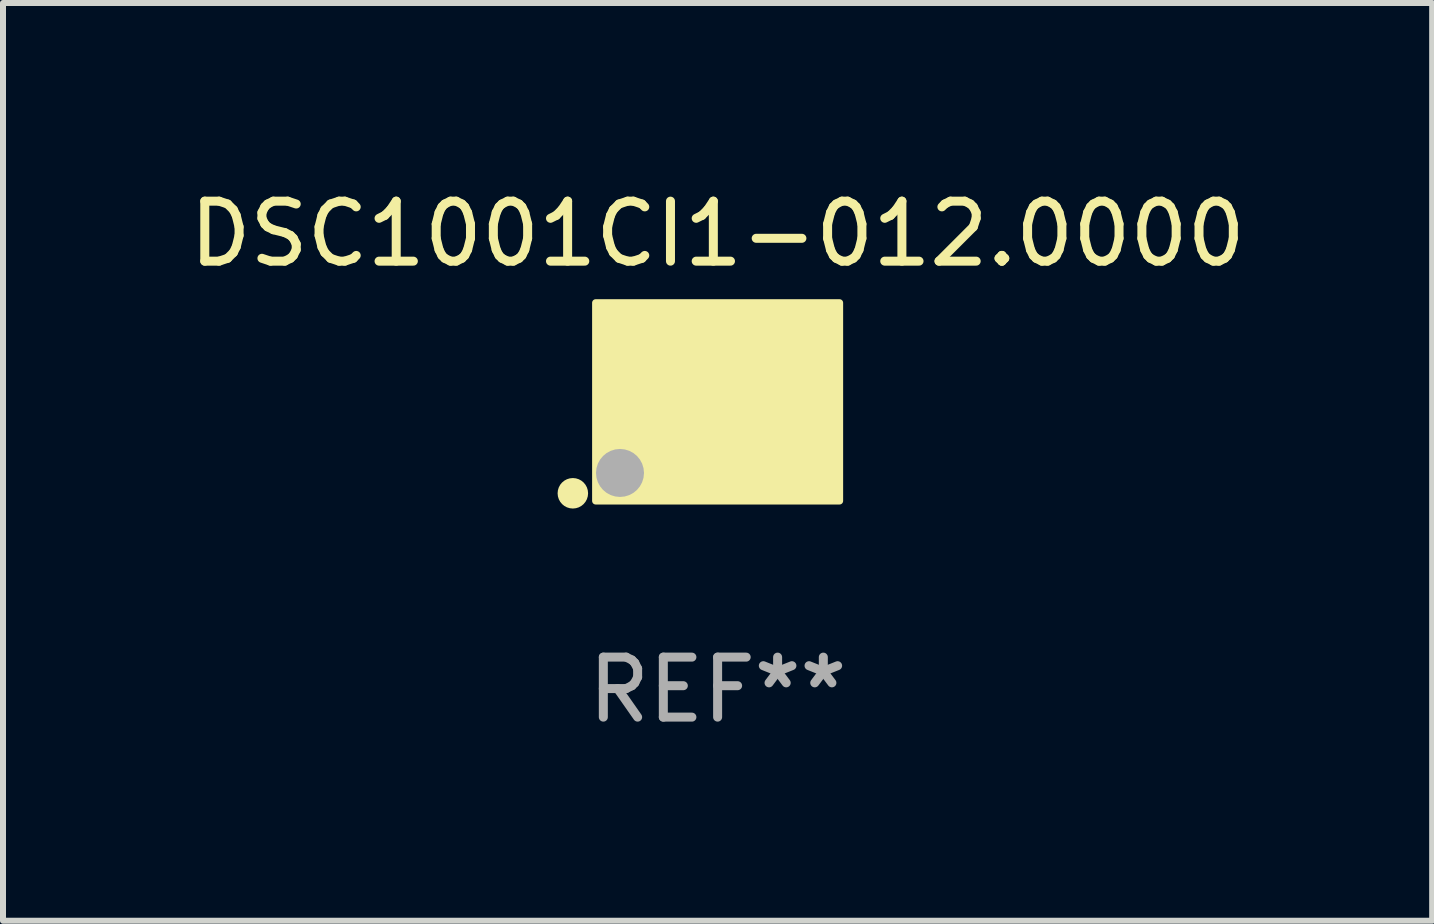
<source format=kicad_pcb>
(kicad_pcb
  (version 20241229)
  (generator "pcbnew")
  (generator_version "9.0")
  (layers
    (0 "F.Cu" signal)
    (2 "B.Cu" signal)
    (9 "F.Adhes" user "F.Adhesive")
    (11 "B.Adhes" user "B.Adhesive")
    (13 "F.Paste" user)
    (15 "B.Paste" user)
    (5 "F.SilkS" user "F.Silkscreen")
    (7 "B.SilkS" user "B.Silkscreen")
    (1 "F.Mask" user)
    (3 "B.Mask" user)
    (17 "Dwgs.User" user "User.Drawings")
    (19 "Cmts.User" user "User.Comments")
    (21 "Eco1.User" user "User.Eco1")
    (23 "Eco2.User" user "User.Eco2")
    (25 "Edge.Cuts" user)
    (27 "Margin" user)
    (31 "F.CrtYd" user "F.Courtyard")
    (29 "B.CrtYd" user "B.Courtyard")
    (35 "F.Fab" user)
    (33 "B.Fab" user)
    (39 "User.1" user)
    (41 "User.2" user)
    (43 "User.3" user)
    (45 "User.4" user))
  (footprint "DSC1001CI1-012.0000"
    (layer "F.Cu")
    (at 8.911 3.648)
    (property "Reference" "DSC1001CI1-012.0000" (at 0 -2.8 0) (layer "F.SilkS") (effects (font (size 1 1) (thickness 0.15))))
    (attr through_hole)
    (fp_circle (center -2.413 1.524) (end -2.286 1.524) (stroke (width 0.254) (type solid)) (fill no) (layer "F.SilkS"))
    (fp_circle (center -1.6 1.25) (end -1.57 1.25) (stroke (width 0.06) (type solid)) (fill no) (layer "F.SilkS"))
    (fp_poly (pts (xy -2.032 -1.651) (xy 2.032 -1.651) (xy 2.032 1.651) (xy -2.032 1.651)) (stroke (width 0.12) (type solid)) (fill yes) (layer "F.SilkS"))
    (fp_circle (center -1.627 1.185) (end -1.427 1.185) (stroke (width 0.4) (type solid)) (fill no) (layer "F.Fab"))
    (fp_text user "REF**" (at 0 4.8 0) (layer "F.Fab") (effects (font (size 1 1) (thickness 0.15))))
    (pad "1" smd rect (at -1.05 0.8) (size 1.4 1.2) (layers "F.Cu" "F.Mask" "F.Paste"))
    (pad "2" smd rect (at 1.05 0.8) (size 1.4 1.2) (layers "F.Cu" "F.Mask" "F.Paste"))
    (pad "3" smd rect (at 1.05 -0.8) (size 1.4 1.2) (layers "F.Cu" "F.Mask" "F.Paste"))
    (pad "4" smd rect (at -1.05 -0.8) (size 1.4 1.2) (layers "F.Cu" "F.Mask" "F.Paste")))
  (gr_rect
    (start -3 -3)
    (end 20.821 12.297)
    (stroke (width 0.1) (type default))
    (fill no)
    (layer "Edge.Cuts")))
</source>
